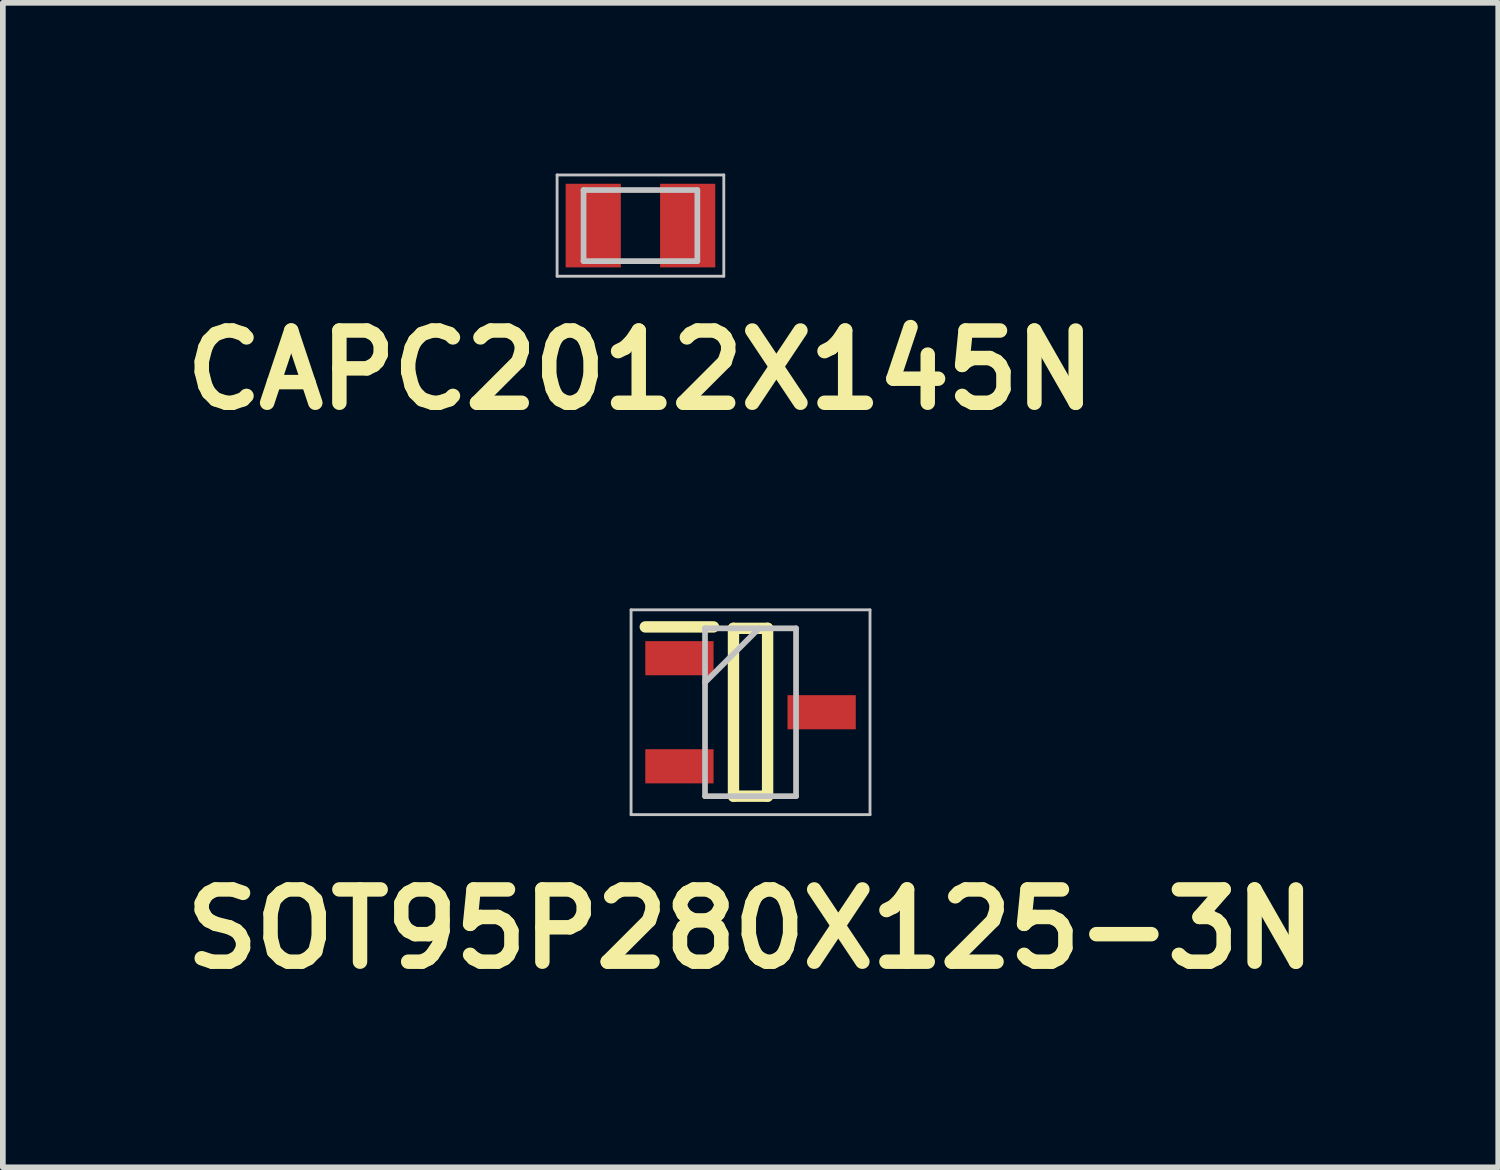
<source format=kicad_pcb>
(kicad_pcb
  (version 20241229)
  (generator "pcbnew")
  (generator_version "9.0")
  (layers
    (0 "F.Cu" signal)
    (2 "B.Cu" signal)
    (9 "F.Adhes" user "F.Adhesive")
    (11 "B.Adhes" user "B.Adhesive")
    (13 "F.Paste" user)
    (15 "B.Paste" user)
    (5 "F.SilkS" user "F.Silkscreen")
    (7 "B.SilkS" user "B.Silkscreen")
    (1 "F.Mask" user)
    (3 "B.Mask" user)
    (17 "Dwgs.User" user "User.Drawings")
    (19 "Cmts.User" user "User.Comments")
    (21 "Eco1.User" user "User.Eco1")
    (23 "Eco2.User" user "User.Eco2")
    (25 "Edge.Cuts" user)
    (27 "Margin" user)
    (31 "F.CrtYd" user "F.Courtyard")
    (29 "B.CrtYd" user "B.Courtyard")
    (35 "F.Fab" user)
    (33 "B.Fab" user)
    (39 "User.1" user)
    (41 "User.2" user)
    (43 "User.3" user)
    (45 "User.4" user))
  (footprint "CAPC2012X145N"
    (layer "F.Cu")
    (at 8.207 0.915)
    (property "Reference" "CAPC2012X145N" (at 0 2.54 0) (unlocked yes) (layer "F.SilkS") (effects (font (size 1.27 1.27) (thickness 0.254))))
    (attr smd)
    (fp_line (start -1.465 -0.89) (end 1.465 -0.89) (stroke (width 0.05) (type solid)) (layer "Dwgs.User"))
    (fp_line (start -1.465 0.89) (end -1.465 -0.89) (stroke (width 0.05) (type solid)) (layer "Dwgs.User"))
    (fp_line (start -1 -0.625) (end 1 -0.625) (stroke (width 0.1) (type solid)) (layer "Dwgs.User"))
    (fp_line (start -1 0.625) (end -1 -0.625) (stroke (width 0.1) (type solid)) (layer "Dwgs.User"))
    (fp_line (start 1 -0.625) (end 1 0.625) (stroke (width 0.1) (type solid)) (layer "Dwgs.User"))
    (fp_line (start 1 0.625) (end -1 0.625) (stroke (width 0.1) (type solid)) (layer "Dwgs.User"))
    (fp_line (start 1.465 -0.89) (end 1.465 0.89) (stroke (width 0.05) (type solid)) (layer "Dwgs.User"))
    (fp_line (start 1.465 0.89) (end -1.465 0.89) (stroke (width 0.05) (type solid)) (layer "Dwgs.User"))
    (pad "1" smd rect (at -0.83 0) (size 0.97 1.47) (layers "F.Cu" "F.Mask" "F.Paste"))
    (pad "2" smd rect (at 0.83 0) (size 0.97 1.47) (layers "F.Cu" "F.Mask" "F.Paste")))
  (footprint "SOT95P280X125-3N"
    (layer "F.Cu")
    (at 10.142 9.469)
    (property "Reference" "SOT95P280X125-3N" (at 0 3.81 0) (unlocked yes) (layer "F.SilkS") (effects (font (size 1.27 1.27) (thickness 0.254))))
    (attr smd)
    (fp_line (start -1.85 -1.5) (end -0.65 -1.5) (stroke (width 0.2) (type solid)) (layer "F.SilkS"))
    (fp_line (start -0.3 -1.475) (end 0.3 -1.475) (stroke (width 0.2) (type solid)) (layer "F.SilkS"))
    (fp_line (start -0.3 1.475) (end -0.3 -1.475) (stroke (width 0.2) (type solid)) (layer "F.SilkS"))
    (fp_line (start 0.3 -1.475) (end 0.3 1.475) (stroke (width 0.2) (type solid)) (layer "F.SilkS"))
    (fp_line (start 0.3 1.475) (end -0.3 1.475) (stroke (width 0.2) (type solid)) (layer "F.SilkS"))
    (fp_line (start -2.1 -1.8) (end 2.1 -1.8) (stroke (width 0.05) (type solid)) (layer "Dwgs.User"))
    (fp_line (start -2.1 1.8) (end -2.1 -1.8) (stroke (width 0.05) (type solid)) (layer "Dwgs.User"))
    (fp_line (start -0.8 -1.475) (end 0.8 -1.475) (stroke (width 0.1) (type solid)) (layer "Dwgs.User"))
    (fp_line (start -0.8 -0.525) (end 0.15 -1.475) (stroke (width 0.1) (type solid)) (layer "Dwgs.User"))
    (fp_line (start -0.8 1.475) (end -0.8 -1.475) (stroke (width 0.1) (type solid)) (layer "Dwgs.User"))
    (fp_line (start 0.8 -1.475) (end 0.8 1.475) (stroke (width 0.1) (type solid)) (layer "Dwgs.User"))
    (fp_line (start 0.8 1.475) (end -0.8 1.475) (stroke (width 0.1) (type solid)) (layer "Dwgs.User"))
    (fp_line (start 2.1 -1.8) (end 2.1 1.8) (stroke (width 0.05) (type solid)) (layer "Dwgs.User"))
    (fp_line (start 2.1 1.8) (end -2.1 1.8) (stroke (width 0.05) (type solid)) (layer "Dwgs.User"))
    (pad "1" smd rect (at -1.25 -0.95 90) (size 0.6 1.2) (layers "F.Cu" "F.Mask" "F.Paste"))
    (pad "2" smd rect (at -1.25 0.95 90) (size 0.6 1.2) (layers "F.Cu" "F.Mask" "F.Paste"))
    (pad "3" smd rect (at 1.25 0 90) (size 0.6 1.2) (layers "F.Cu" "F.Mask" "F.Paste")))
  (gr_rect
    (start -3 -3)
    (end 23.284 17.467)
    (stroke (width 0.1) (type default))
    (fill no)
    (layer "Edge.Cuts")))
</source>
